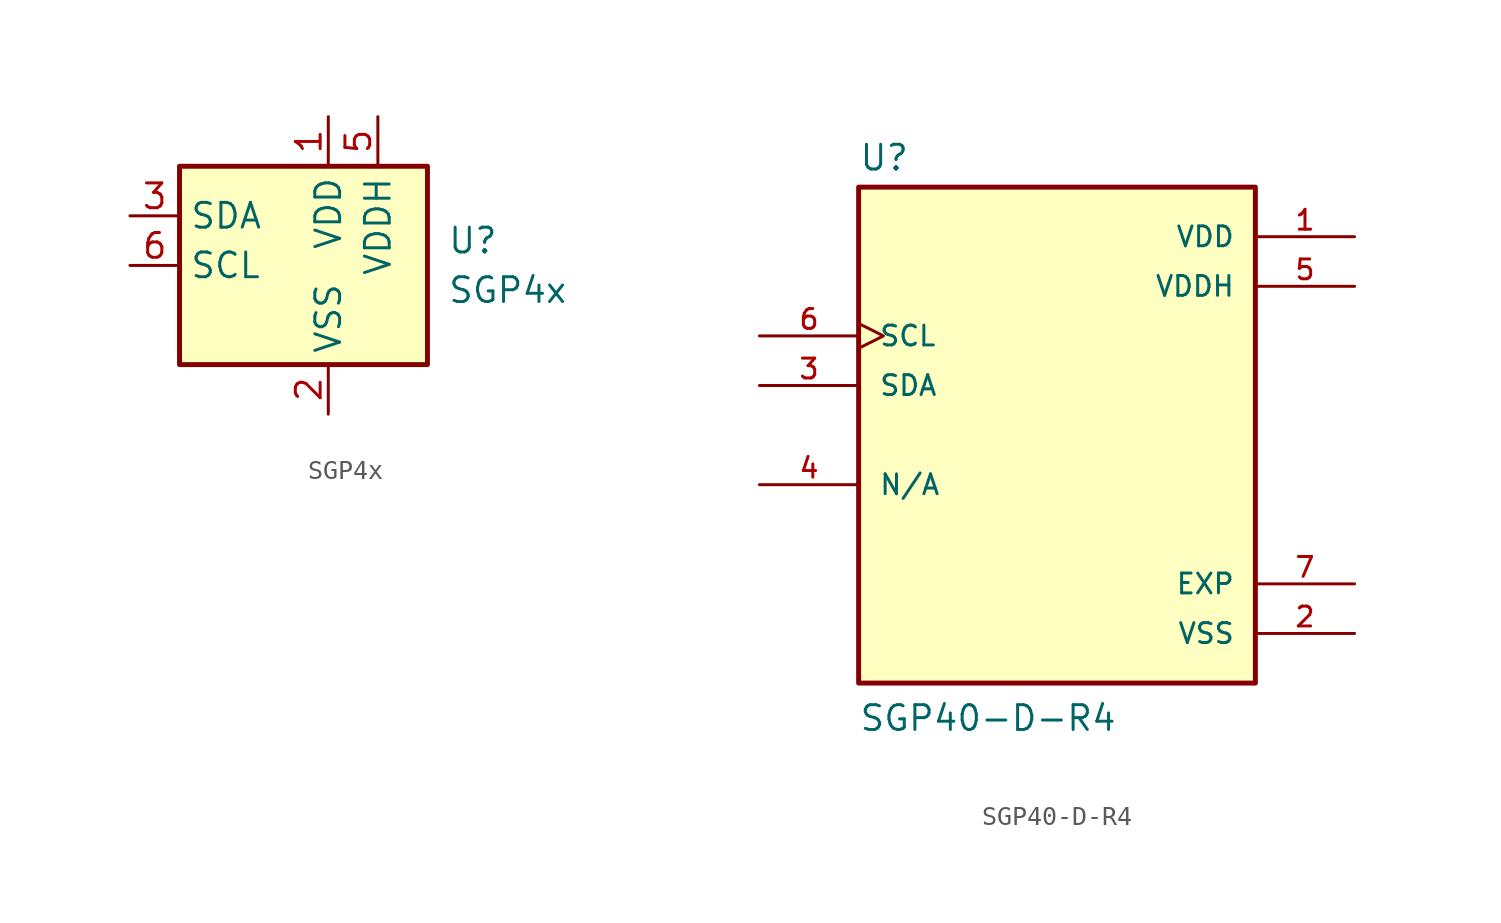
<source format=kicad_sym>
(kicad_symbol_lib
  (version 20241209)
  (generator "kicad_symbol_editor")
  (generator_version "9.0")
  (symbol "SGP4x"
    (property "Reference" "U"
      (at 8.636 1.27 0)
      (effects (font (size 1.27 1.27)) (justify left)))
    (property "Value" "SGP4x"
      (at 8.636 -1.27 0)
      (effects (font (size 1.27 1.27)) (justify left)))
    (symbol "SGP4x_1_0"
      (pin input line (at -7.62 0 0) (length 2.54) (name "SCL" (effects (font (size 1.27 1.27)))) (number "6" (effects (font (size 1.27 1.27)))))
      (pin power_in line (at 2.54 -7.62 90) (length 2.54) (hide yes) (name "EP" (effects (font (size 1.27 1.27)))) (number "7" (effects (font (size 1.27 1.27)))))
      (pin power_in line (at 5.08 7.62 270) (length 2.54) (name "VDDH" (effects (font (size 1.27 1.27)))) (number "5" (effects (font (size 1.27 1.27))))))
    (symbol "SGP4x_1_1"
      (rectangle (start -5.08 5.08) (end 7.62 -5.08) (stroke (width 0.254) (type default)) (fill (type background)))
      (pin bidirectional line (at -7.62 2.54 0) (length 2.54) (name "SDA" (effects (font (size 1.27 1.27)))) (number "3" (effects (font (size 1.27 1.27)))))
      (pin power_in line (at 2.54 7.62 270) (length 2.54) (name "VDD" (effects (font (size 1.27 1.27)))) (number "1" (effects (font (size 1.27 1.27)))))
      (pin power_in line (at 2.54 -7.62 90) (length 2.54) (name "VSS" (effects (font (size 1.27 1.27)))) (number "2" (effects (font (size 1.27 1.27)))))
      (pin power_in line (at 2.54 -7.62 90) (length 2.54) (hide yes) (name "NA" (effects (font (size 1.27 1.27)))) (number "4" (effects (font (size 1.27 1.27)))))))
  (symbol "SGP40-D-R4"
    (pin_names
      (offset 1.016))
    (property "Reference" "U"
      (at -10.16 13.462 0)
      (effects (font (size 1.27 1.27)) (justify left bottom)))
    (property "Value" "SGP40-D-R4"
      (at -10.16 -15.24 0)
      (effects (font (size 1.27 1.27)) (justify left bottom)))
    (symbol "SGP40-D-R4_0_0"
      (rectangle (start -10.16 -12.7) (end 10.16 12.7) (stroke (width 0.254) (type default)) (fill (type background)))
      (pin bidirectional clock (at -15.24 5.08 0) (length 5.08) (name "SCL" (effects (font (size 1.016 1.016)))) (number "6" (effects (font (size 1.016 1.016)))))
      (pin bidirectional line (at -15.24 2.54 0) (length 5.08) (name "SDA" (effects (font (size 1.016 1.016)))) (number "3" (effects (font (size 1.016 1.016)))))
      (pin passive line (at -15.24 -2.54 0) (length 5.08) (name "N/A" (effects (font (size 1.016 1.016)))) (number "4" (effects (font (size 1.016 1.016)))))
      (pin power_in line (at 15.24 10.16 180) (length 5.08) (name "VDD" (effects (font (size 1.016 1.016)))) (number "1" (effects (font (size 1.016 1.016)))))
      (pin power_in line (at 15.24 7.62 180) (length 5.08) (name "VDDH" (effects (font (size 1.016 1.016)))) (number "5" (effects (font (size 1.016 1.016)))))
      (pin power_in line (at 15.24 -7.62 180) (length 5.08) (name "EXP" (effects (font (size 1.016 1.016)))) (number "7" (effects (font (size 1.016 1.016)))))
      (pin power_in line (at 15.24 -10.16 180) (length 5.08) (name "VSS" (effects (font (size 1.016 1.016)))) (number "2" (effects (font (size 1.016 1.016))))))))
</source>
